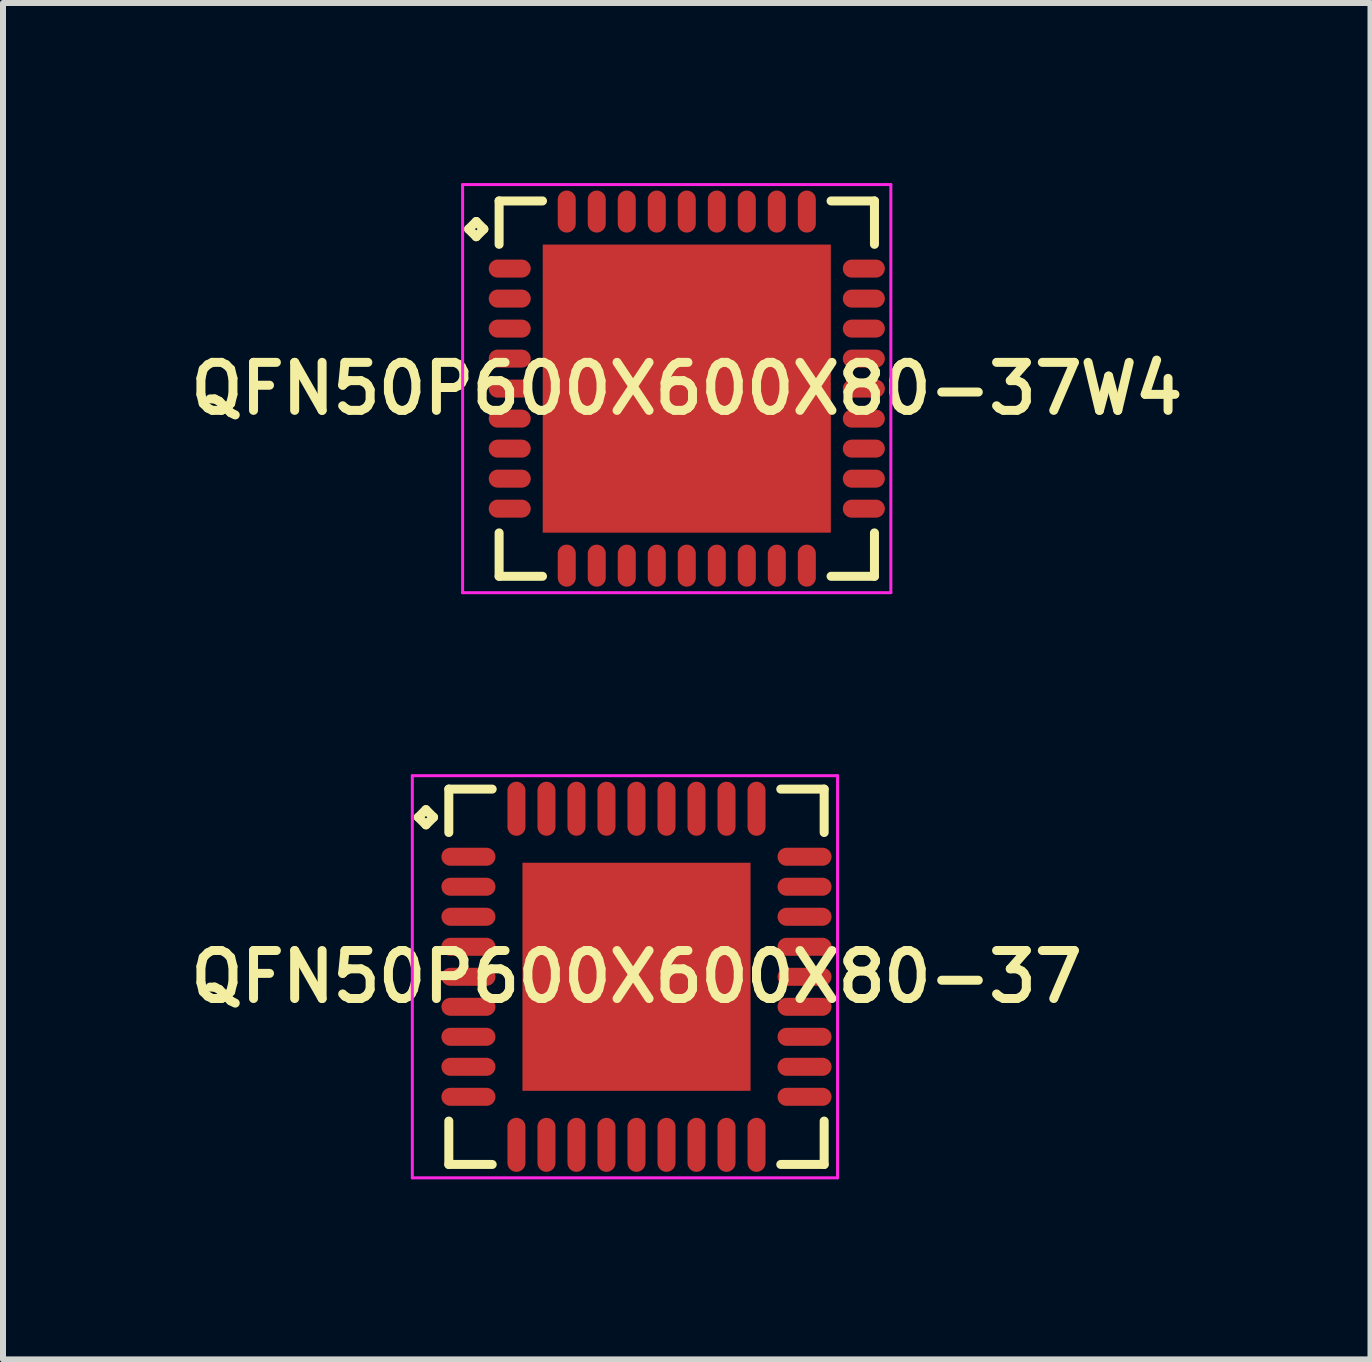
<source format=kicad_pcb>
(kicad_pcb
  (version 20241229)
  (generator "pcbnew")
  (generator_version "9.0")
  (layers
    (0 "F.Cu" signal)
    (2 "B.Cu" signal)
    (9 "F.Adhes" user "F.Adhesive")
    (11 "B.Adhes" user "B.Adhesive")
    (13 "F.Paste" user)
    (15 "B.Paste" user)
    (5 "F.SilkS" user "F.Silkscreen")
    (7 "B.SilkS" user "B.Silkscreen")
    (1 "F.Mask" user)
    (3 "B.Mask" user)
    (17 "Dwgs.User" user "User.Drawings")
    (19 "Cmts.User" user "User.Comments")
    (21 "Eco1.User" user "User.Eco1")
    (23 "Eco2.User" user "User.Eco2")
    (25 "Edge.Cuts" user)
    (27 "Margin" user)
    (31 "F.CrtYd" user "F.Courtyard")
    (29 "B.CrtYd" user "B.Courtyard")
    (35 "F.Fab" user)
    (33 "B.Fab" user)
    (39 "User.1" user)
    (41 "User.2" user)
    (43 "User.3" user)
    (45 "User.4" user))
  (footprint "QFN50P600X600X80-37W4"
    (layer "F.Cu")
    (at 8.393 3.425)
    (property "Reference" "QFN50P600X600X80-37W4" (at 0 0 0) (layer "F.SilkS") (effects (font (size 0.8 0.8) (thickness 0.15))))
    (attr smd)
    (fp_line (start -3.635 -2.658) (end -3.508 -2.785) (stroke (width 0.15) (type solid)) (layer "F.SilkS"))
    (fp_line (start -3.508 -2.785) (end -3.381 -2.658) (stroke (width 0.15) (type solid)) (layer "F.SilkS"))
    (fp_line (start -3.508 -2.531) (end -3.635 -2.658) (stroke (width 0.15) (type solid)) (layer "F.SilkS"))
    (fp_line (start -3.381 -2.658) (end -3.508 -2.531) (stroke (width 0.15) (type solid)) (layer "F.SilkS"))
    (fp_line (start -3.127 -3.127) (end -2.404 -3.127) (stroke (width 0.15) (type solid)) (layer "F.SilkS"))
    (fp_line (start -3.127 -2.404) (end -3.127 -3.127) (stroke (width 0.15) (type solid)) (layer "F.SilkS"))
    (fp_line (start -3.127 2.404) (end -3.127 3.127) (stroke (width 0.15) (type solid)) (layer "F.SilkS"))
    (fp_line (start -3.127 3.127) (end -2.404 3.127) (stroke (width 0.15) (type solid)) (layer "F.SilkS"))
    (fp_line (start 2.404 -3.127) (end 3.127 -3.127) (stroke (width 0.15) (type solid)) (layer "F.SilkS"))
    (fp_line (start 2.404 3.127) (end 3.127 3.127) (stroke (width 0.15) (type solid)) (layer "F.SilkS"))
    (fp_line (start 3.127 -3.127) (end 3.127 -2.404) (stroke (width 0.15) (type solid)) (layer "F.SilkS"))
    (fp_line (start 3.127 3.127) (end 3.127 2.404) (stroke (width 0.15) (type solid)) (layer "F.SilkS"))
    (fp_line (start -3.735 -3.4) (end 3.4 -3.4) (stroke (width 0.05) (type solid)) (layer "F.CrtYd"))
    (fp_line (start -3.735 3.4) (end -3.735 -3.4) (stroke (width 0.05) (type solid)) (layer "F.CrtYd"))
    (fp_line (start 3.4 -3.4) (end 3.4 3.4) (stroke (width 0.05) (type solid)) (layer "F.CrtYd"))
    (fp_line (start 3.4 3.4) (end -3.735 3.4) (stroke (width 0.05) (type solid)) (layer "F.CrtYd"))
    (pad "1" smd oval (at -2.95 -2) (size 0.7 0.3) (layers "F.Cu" "F.Mask" "F.Paste"))
    (pad "2" smd oval (at -2.95 -1.5) (size 0.7 0.3) (layers "F.Cu" "F.Mask" "F.Paste"))
    (pad "3" smd oval (at -2.95 -1) (size 0.7 0.3) (layers "F.Cu" "F.Mask" "F.Paste"))
    (pad "4" smd oval (at -2.95 -0.5) (size 0.7 0.3) (layers "F.Cu" "F.Mask" "F.Paste"))
    (pad "5" smd oval (at -2.95 0) (size 0.7 0.3) (layers "F.Cu" "F.Mask" "F.Paste"))
    (pad "6" smd oval (at -2.95 0.5) (size 0.7 0.3) (layers "F.Cu" "F.Mask" "F.Paste"))
    (pad "7" smd oval (at -2.95 1) (size 0.7 0.3) (layers "F.Cu" "F.Mask" "F.Paste"))
    (pad "8" smd oval (at -2.95 1.5) (size 0.7 0.3) (layers "F.Cu" "F.Mask" "F.Paste"))
    (pad "9" smd oval (at -2.95 2) (size 0.7 0.3) (layers "F.Cu" "F.Mask" "F.Paste"))
    (pad "10" smd oval (at -2 2.95) (size 0.3 0.7) (layers "F.Cu" "F.Mask" "F.Paste"))
    (pad "11" smd oval (at -1.5 2.95) (size 0.3 0.7) (layers "F.Cu" "F.Mask" "F.Paste"))
    (pad "12" smd oval (at -1 2.95) (size 0.3 0.7) (layers "F.Cu" "F.Mask" "F.Paste"))
    (pad "13" smd oval (at -0.5 2.95) (size 0.3 0.7) (layers "F.Cu" "F.Mask" "F.Paste"))
    (pad "14" smd oval (at 0 2.95) (size 0.3 0.7) (layers "F.Cu" "F.Mask" "F.Paste"))
    (pad "15" smd oval (at 0.5 2.95) (size 0.3 0.7) (layers "F.Cu" "F.Mask" "F.Paste"))
    (pad "16" smd oval (at 1 2.95) (size 0.3 0.7) (layers "F.Cu" "F.Mask" "F.Paste"))
    (pad "17" smd oval (at 1.5 2.95) (size 0.3 0.7) (layers "F.Cu" "F.Mask" "F.Paste"))
    (pad "18" smd oval (at 2 2.95) (size 0.3 0.7) (layers "F.Cu" "F.Mask" "F.Paste"))
    (pad "19" smd oval (at 2.95 2) (size 0.7 0.3) (layers "F.Cu" "F.Mask" "F.Paste"))
    (pad "20" smd oval (at 2.95 1.5) (size 0.7 0.3) (layers "F.Cu" "F.Mask" "F.Paste"))
    (pad "21" smd oval (at 2.95 1) (size 0.7 0.3) (layers "F.Cu" "F.Mask" "F.Paste"))
    (pad "22" smd oval (at 2.95 0.5) (size 0.7 0.3) (layers "F.Cu" "F.Mask" "F.Paste"))
    (pad "23" smd oval (at 2.95 0) (size 0.7 0.3) (layers "F.Cu" "F.Mask" "F.Paste"))
    (pad "24" smd oval (at 2.95 -0.5) (size 0.7 0.3) (layers "F.Cu" "F.Mask" "F.Paste"))
    (pad "25" smd oval (at 2.95 -1) (size 0.7 0.3) (layers "F.Cu" "F.Mask" "F.Paste"))
    (pad "26" smd oval (at 2.95 -1.5) (size 0.7 0.3) (layers "F.Cu" "F.Mask" "F.Paste"))
    (pad "27" smd oval (at 2.95 -2) (size 0.7 0.3) (layers "F.Cu" "F.Mask" "F.Paste"))
    (pad "28" smd oval (at 2 -2.95) (size 0.3 0.7) (layers "F.Cu" "F.Mask" "F.Paste"))
    (pad "29" smd oval (at 1.5 -2.95) (size 0.3 0.7) (layers "F.Cu" "F.Mask" "F.Paste"))
    (pad "30" smd oval (at 1 -2.95) (size 0.3 0.7) (layers "F.Cu" "F.Mask" "F.Paste"))
    (pad "31" smd oval (at 0.5 -2.95) (size 0.3 0.7) (layers "F.Cu" "F.Mask" "F.Paste"))
    (pad "32" smd oval (at 0 -2.95) (size 0.3 0.7) (layers "F.Cu" "F.Mask" "F.Paste"))
    (pad "33" smd oval (at -0.5 -2.95) (size 0.3 0.7) (layers "F.Cu" "F.Mask" "F.Paste"))
    (pad "34" smd oval (at -1 -2.95) (size 0.3 0.7) (layers "F.Cu" "F.Mask" "F.Paste"))
    (pad "35" smd oval (at -1.5 -2.95) (size 0.3 0.7) (layers "F.Cu" "F.Mask" "F.Paste"))
    (pad "36" smd oval (at -2 -2.95) (size 0.3 0.7) (layers "F.Cu" "F.Mask" "F.Paste"))
    (pad "37" smd rect (at 0 0) (size 4.8 4.8) (layers "F.Cu" "F.Mask" "F.Paste")))
  (footprint "QFN50P600X600X80-37"
    (layer "F.Cu")
    (at 7.555 13.225)
    (property "Reference" "QFN50P600X600X80-37" (at 0 0 0) (layer "F.SilkS") (effects (font (size 0.8 0.8) (thickness 0.15))))
    (attr smd)
    (fp_line (start -3.635 -2.658) (end -3.508 -2.785) (stroke (width 0.15) (type solid)) (layer "F.SilkS"))
    (fp_line (start -3.508 -2.785) (end -3.381 -2.658) (stroke (width 0.15) (type solid)) (layer "F.SilkS"))
    (fp_line (start -3.508 -2.531) (end -3.635 -2.658) (stroke (width 0.15) (type solid)) (layer "F.SilkS"))
    (fp_line (start -3.381 -2.658) (end -3.508 -2.531) (stroke (width 0.15) (type solid)) (layer "F.SilkS"))
    (fp_line (start -3.127 -3.127) (end -2.404 -3.127) (stroke (width 0.15) (type solid)) (layer "F.SilkS"))
    (fp_line (start -3.127 -2.404) (end -3.127 -3.127) (stroke (width 0.15) (type solid)) (layer "F.SilkS"))
    (fp_line (start -3.127 2.404) (end -3.127 3.127) (stroke (width 0.15) (type solid)) (layer "F.SilkS"))
    (fp_line (start -3.127 3.127) (end -2.404 3.127) (stroke (width 0.15) (type solid)) (layer "F.SilkS"))
    (fp_line (start 2.404 -3.127) (end 3.127 -3.127) (stroke (width 0.15) (type solid)) (layer "F.SilkS"))
    (fp_line (start 2.404 3.127) (end 3.127 3.127) (stroke (width 0.15) (type solid)) (layer "F.SilkS"))
    (fp_line (start 3.127 -3.127) (end 3.127 -2.404) (stroke (width 0.15) (type solid)) (layer "F.SilkS"))
    (fp_line (start 3.127 3.127) (end 3.127 2.404) (stroke (width 0.15) (type solid)) (layer "F.SilkS"))
    (fp_line (start -3.735 -3.35) (end 3.35 -3.35) (stroke (width 0.05) (type solid)) (layer "F.CrtYd"))
    (fp_line (start -3.735 3.35) (end -3.735 -3.35) (stroke (width 0.05) (type solid)) (layer "F.CrtYd"))
    (fp_line (start 3.35 -3.35) (end 3.35 3.35) (stroke (width 0.05) (type solid)) (layer "F.CrtYd"))
    (fp_line (start 3.35 3.35) (end -3.735 3.35) (stroke (width 0.05) (type solid)) (layer "F.CrtYd"))
    (pad "1" smd oval (at -2.8 -2) (size 0.9 0.3) (layers "F.Cu" "F.Mask" "F.Paste"))
    (pad "2" smd oval (at -2.8 -1.5) (size 0.9 0.3) (layers "F.Cu" "F.Mask" "F.Paste"))
    (pad "3" smd oval (at -2.8 -1) (size 0.9 0.3) (layers "F.Cu" "F.Mask" "F.Paste"))
    (pad "4" smd oval (at -2.8 -0.5) (size 0.9 0.3) (layers "F.Cu" "F.Mask" "F.Paste"))
    (pad "5" smd oval (at -2.8 0) (size 0.9 0.3) (layers "F.Cu" "F.Mask" "F.Paste"))
    (pad "6" smd oval (at -2.8 0.5) (size 0.9 0.3) (layers "F.Cu" "F.Mask" "F.Paste"))
    (pad "7" smd oval (at -2.8 1) (size 0.9 0.3) (layers "F.Cu" "F.Mask" "F.Paste"))
    (pad "8" smd oval (at -2.8 1.5) (size 0.9 0.3) (layers "F.Cu" "F.Mask" "F.Paste"))
    (pad "9" smd oval (at -2.8 2) (size 0.9 0.3) (layers "F.Cu" "F.Mask" "F.Paste"))
    (pad "10" smd oval (at -2 2.8) (size 0.3 0.9) (layers "F.Cu" "F.Mask" "F.Paste"))
    (pad "11" smd oval (at -1.5 2.8) (size 0.3 0.9) (layers "F.Cu" "F.Mask" "F.Paste"))
    (pad "12" smd oval (at -1 2.8) (size 0.3 0.9) (layers "F.Cu" "F.Mask" "F.Paste"))
    (pad "13" smd oval (at -0.5 2.8) (size 0.3 0.9) (layers "F.Cu" "F.Mask" "F.Paste"))
    (pad "14" smd oval (at 0 2.8) (size 0.3 0.9) (layers "F.Cu" "F.Mask" "F.Paste"))
    (pad "15" smd oval (at 0.5 2.8) (size 0.3 0.9) (layers "F.Cu" "F.Mask" "F.Paste"))
    (pad "16" smd oval (at 1 2.8) (size 0.3 0.9) (layers "F.Cu" "F.Mask" "F.Paste"))
    (pad "17" smd oval (at 1.5 2.8) (size 0.3 0.9) (layers "F.Cu" "F.Mask" "F.Paste"))
    (pad "18" smd oval (at 2 2.8) (size 0.3 0.9) (layers "F.Cu" "F.Mask" "F.Paste"))
    (pad "19" smd oval (at 2.8 2) (size 0.9 0.3) (layers "F.Cu" "F.Mask" "F.Paste"))
    (pad "20" smd oval (at 2.8 1.5) (size 0.9 0.3) (layers "F.Cu" "F.Mask" "F.Paste"))
    (pad "21" smd oval (at 2.8 1) (size 0.9 0.3) (layers "F.Cu" "F.Mask" "F.Paste"))
    (pad "22" smd oval (at 2.8 0.5) (size 0.9 0.3) (layers "F.Cu" "F.Mask" "F.Paste"))
    (pad "23" smd oval (at 2.8 0) (size 0.9 0.3) (layers "F.Cu" "F.Mask" "F.Paste"))
    (pad "24" smd oval (at 2.8 -0.5) (size 0.9 0.3) (layers "F.Cu" "F.Mask" "F.Paste"))
    (pad "25" smd oval (at 2.8 -1) (size 0.9 0.3) (layers "F.Cu" "F.Mask" "F.Paste"))
    (pad "26" smd oval (at 2.8 -1.5) (size 0.9 0.3) (layers "F.Cu" "F.Mask" "F.Paste"))
    (pad "27" smd oval (at 2.8 -2) (size 0.9 0.3) (layers "F.Cu" "F.Mask" "F.Paste"))
    (pad "28" smd oval (at 2 -2.8) (size 0.3 0.9) (layers "F.Cu" "F.Mask" "F.Paste"))
    (pad "29" smd oval (at 1.5 -2.8) (size 0.3 0.9) (layers "F.Cu" "F.Mask" "F.Paste"))
    (pad "30" smd oval (at 1 -2.8) (size 0.3 0.9) (layers "F.Cu" "F.Mask" "F.Paste"))
    (pad "31" smd oval (at 0.5 -2.8) (size 0.3 0.9) (layers "F.Cu" "F.Mask" "F.Paste"))
    (pad "32" smd oval (at 0 -2.8) (size 0.3 0.9) (layers "F.Cu" "F.Mask" "F.Paste"))
    (pad "33" smd oval (at -0.5 -2.8) (size 0.3 0.9) (layers "F.Cu" "F.Mask" "F.Paste"))
    (pad "34" smd oval (at -1 -2.8) (size 0.3 0.9) (layers "F.Cu" "F.Mask" "F.Paste"))
    (pad "35" smd oval (at -1.5 -2.8) (size 0.3 0.9) (layers "F.Cu" "F.Mask" "F.Paste"))
    (pad "36" smd oval (at -2 -2.8) (size 0.3 0.9) (layers "F.Cu" "F.Mask" "F.Paste"))
    (pad "37" smd rect (at 0 0) (size 3.8 3.8) (layers "F.Cu" "F.Mask" "F.Paste")))
  (gr_rect
    (start -3 -3)
    (end 19.785 19.6)
    (stroke (width 0.1) (type default))
    (fill no)
    (layer "Edge.Cuts")))
</source>
